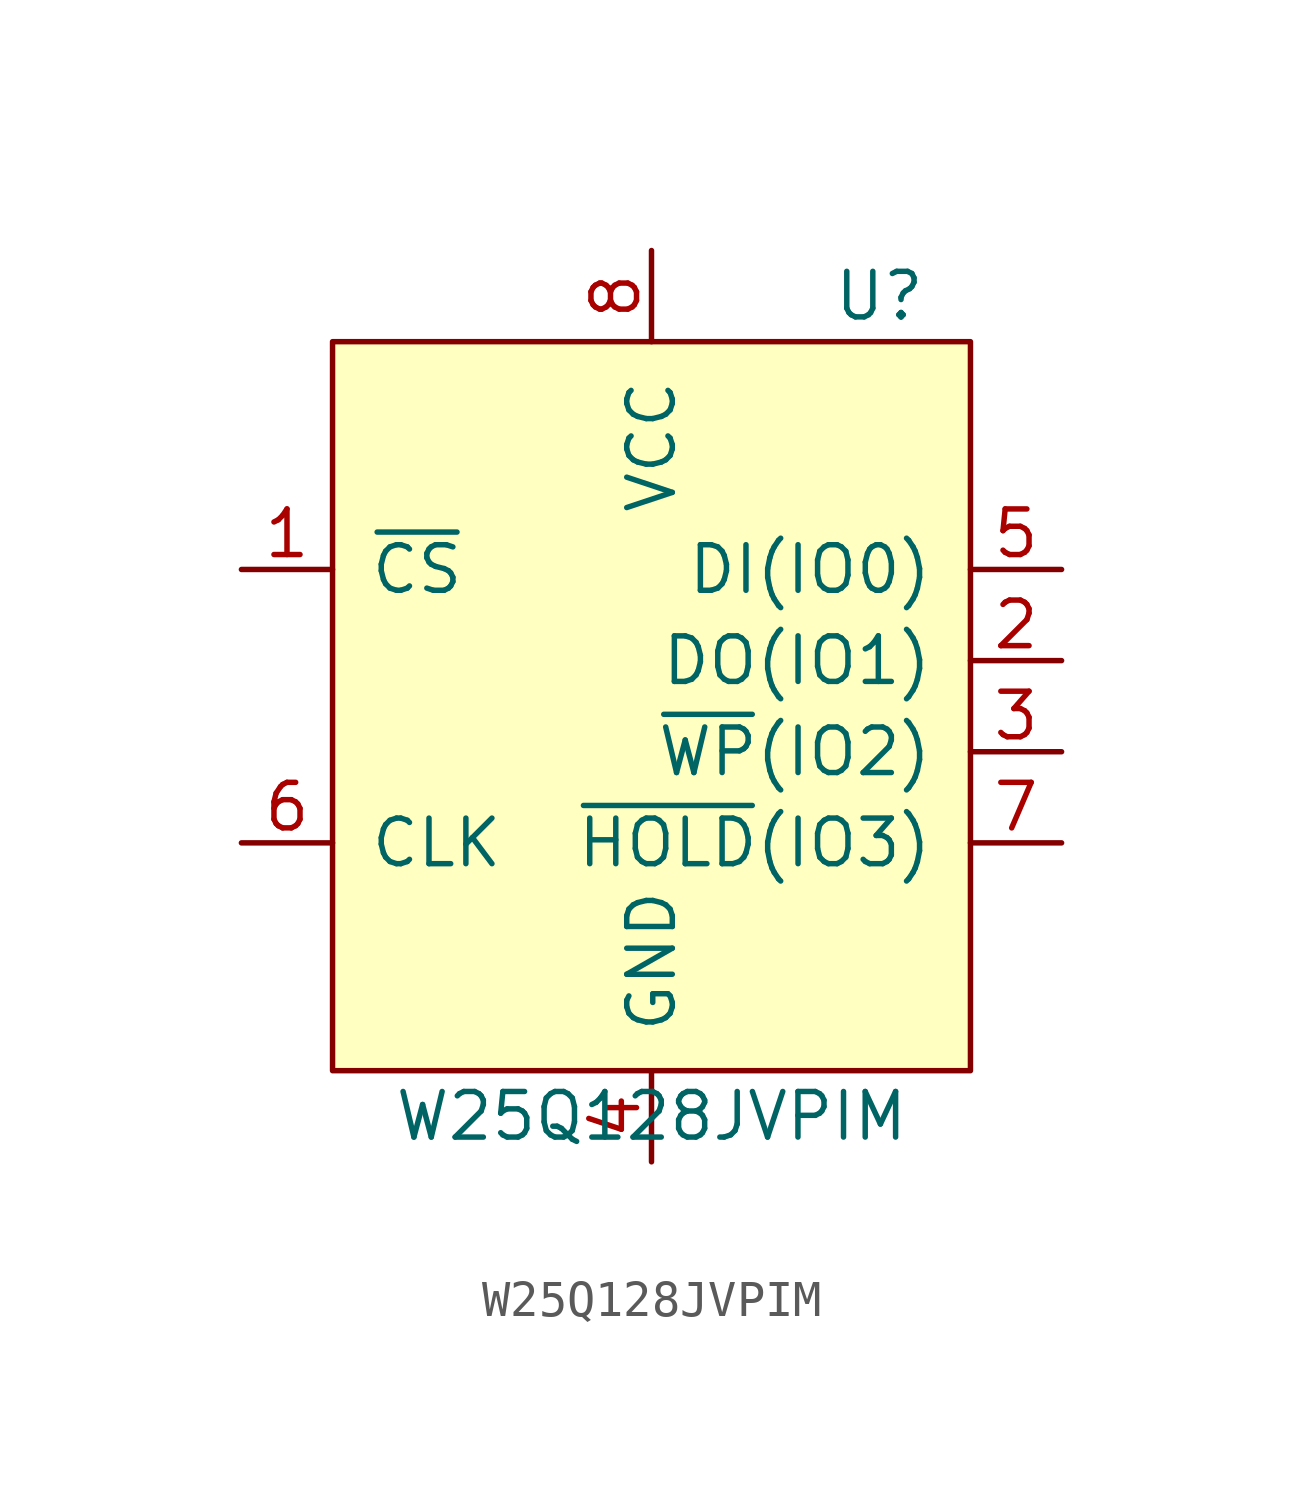
<source format=kicad_sym>
(kicad_symbol_lib
  (version 20211014)
  (generator kicad_symbol_editor)
  (symbol "W25Q128JVPIM"
    (pin_names
      (offset 1.016))
    (property "Reference" "U"
      (at 6.35 10.16 0)
      (effects (font (size 1.27 1.27))))
    (property "Value" "W25Q128JVPIM"
      (at 0 -12.7 0)
      (effects (font (size 1.27 1.27))))
    (symbol "W25Q128JVPIM_0_0"
      (pin input line (at -11.43 2.54 0) (length 2.54) (name "~{CS}" (effects (font (size 1.27 1.27)))) (number "1" (effects (font (size 1.27 1.27)))))
      (pin bidirectional line (at 11.43 0 180) (length 2.54) (name "DO(IO1)" (effects (font (size 1.27 1.27)))) (number "2" (effects (font (size 1.27 1.27)))))
      (pin bidirectional line (at 11.43 -2.54 180) (length 2.54) (name "~{WP}(IO2)" (effects (font (size 1.27 1.27)))) (number "3" (effects (font (size 1.27 1.27)))))
      (pin power_in line (at 0 -13.97 90) (length 2.54) (name "GND" (effects (font (size 1.27 1.27)))) (number "4" (effects (font (size 1.27 1.27)))))
      (pin bidirectional line (at 11.43 2.54 180) (length 2.54) (name "DI(IO0)" (effects (font (size 1.27 1.27)))) (number "5" (effects (font (size 1.27 1.27)))))
      (pin input line (at -11.43 -5.08 0) (length 2.54) (name "CLK" (effects (font (size 1.27 1.27)))) (number "6" (effects (font (size 1.27 1.27)))))
      (pin bidirectional line (at 11.43 -5.08 180) (length 2.54) (name "~{HOLD}(IO3)" (effects (font (size 1.27 1.27)))) (number "7" (effects (font (size 1.27 1.27)))))
      (pin power_in line (at 0 11.43 270) (length 2.54) (name "VCC" (effects (font (size 1.27 1.27)))) (number "8" (effects (font (size 1.27 1.27)))))
      (pin passive line (at 0 -13.97 90) (length 2.54) hide (name "GND" (effects (font (size 1.27 1.27)))) (number "9" (effects (font (size 1.27 1.27))))))
    (symbol "W25Q128JVPIM_0_1"
      (rectangle (start -8.89 8.89) (end 8.89 -11.43) (stroke (width 0) (type default) (color 0 0 0 0)) (fill (type background))))))
</source>
